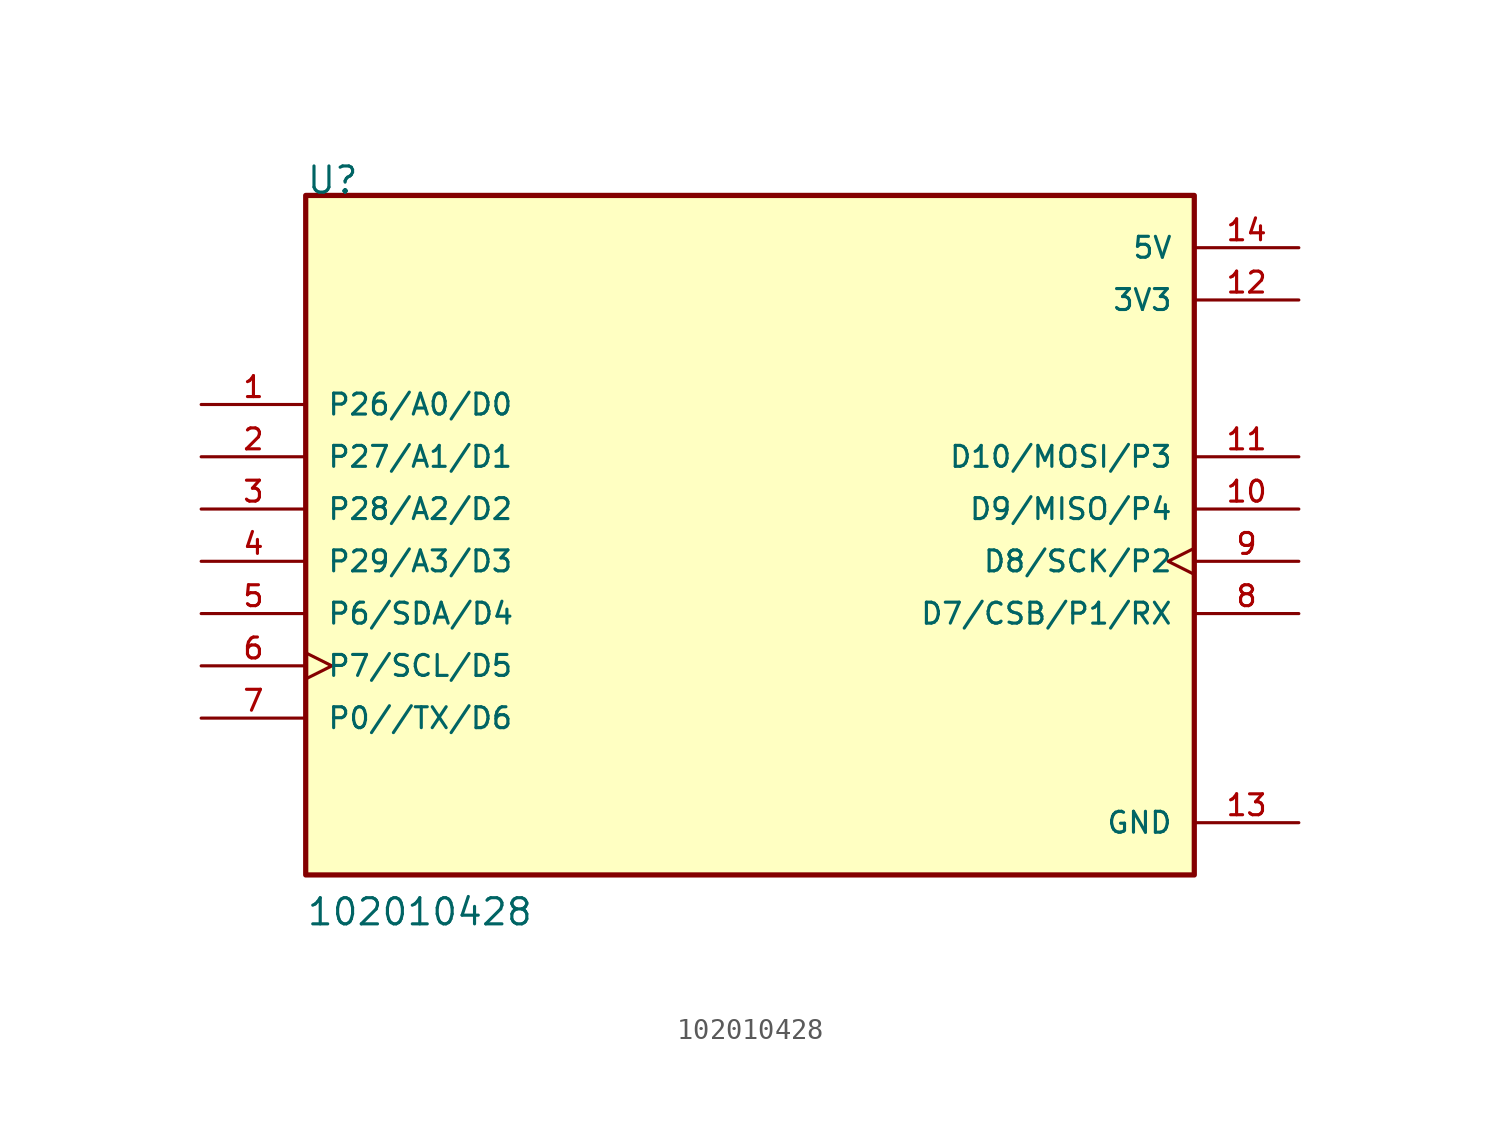
<source format=kicad_sym>
(kicad_symbol_lib
  (version 20211014)
  (generator kicad_symbol_editor)
  (symbol "102010428"
    (pin_names
      (offset 1.016))
    (property "Reference" "U"
      (at -22.86 17.78 0)
      (effects (font (size 1.27 1.27)) (justify bottom left)))
    (property "Value" "102010428"
      (at -22.86 -17.78 0)
      (effects (font (size 1.27 1.27)) (justify bottom left)))
    (symbol "102010428_0_0"
      (rectangle (start -22.86 -15.24) (end 20.32 17.78) (stroke (width 0.254)) (fill (type background)))
      (pin bidirectional line (at -27.94 7.62 0) (length 5.08) (name "P26/A0/D0" (effects (font (size 1.016 1.016)))) (number "1" (effects (font (size 1.016 1.016)))))
      (pin bidirectional line (at -27.94 5.08 0) (length 5.08) (name "P27/A1/D1" (effects (font (size 1.016 1.016)))) (number "2" (effects (font (size 1.016 1.016)))))
      (pin bidirectional line (at -27.94 2.54 0) (length 5.08) (name "P28/A2/D2" (effects (font (size 1.016 1.016)))) (number "3" (effects (font (size 1.016 1.016)))))
      (pin bidirectional line (at -27.94 0.0 0) (length 5.08) (name "P29/A3/D3" (effects (font (size 1.016 1.016)))) (number "4" (effects (font (size 1.016 1.016)))))
      (pin bidirectional line (at -27.94 -2.54 0) (length 5.08) (name "P6/SDA/D4" (effects (font (size 1.016 1.016)))) (number "5" (effects (font (size 1.016 1.016)))))
      (pin bidirectional clock (at -27.94 -5.08 0) (length 5.08) (name "P7/SCL/D5" (effects (font (size 1.016 1.016)))) (number "6" (effects (font (size 1.016 1.016)))))
      (pin bidirectional line (at -27.94 -7.62 0) (length 5.08) (name "P0//TX/D6" (effects (font (size 1.016 1.016)))) (number "7" (effects (font (size 1.016 1.016)))))
      (pin bidirectional line (at 25.4 -2.54 180.0) (length 5.08) (name "D7/CSB/P1/RX" (effects (font (size 1.016 1.016)))) (number "8" (effects (font (size 1.016 1.016)))))
      (pin bidirectional clock (at 25.4 0.0 180.0) (length 5.08) (name "D8/SCK/P2" (effects (font (size 1.016 1.016)))) (number "9" (effects (font (size 1.016 1.016)))))
      (pin bidirectional line (at 25.4 2.54 180.0) (length 5.08) (name "D9/MISO/P4" (effects (font (size 1.016 1.016)))) (number "10" (effects (font (size 1.016 1.016)))))
      (pin bidirectional line (at 25.4 5.08 180.0) (length 5.08) (name "D10/MOSI/P3" (effects (font (size 1.016 1.016)))) (number "11" (effects (font (size 1.016 1.016)))))
      (pin power_in line (at 25.4 12.7 180.0) (length 5.08) (name "3V3" (effects (font (size 1.016 1.016)))) (number "12" (effects (font (size 1.016 1.016)))))
      (pin power_in line (at 25.4 -12.7 180.0) (length 5.08) (name "GND" (effects (font (size 1.016 1.016)))) (number "13" (effects (font (size 1.016 1.016)))))
      (pin power_in line (at 25.4 15.24 180.0) (length 5.08) (name "5V" (effects (font (size 1.016 1.016)))) (number "14" (effects (font (size 1.016 1.016))))))))
</source>
